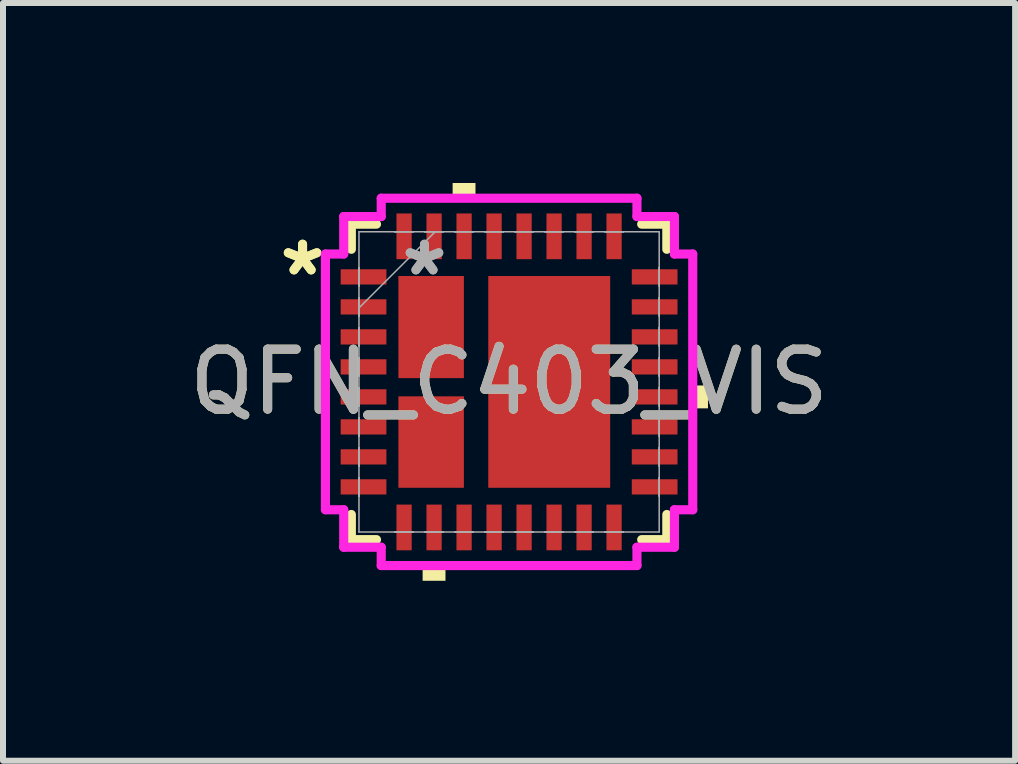
<source format=kicad_pcb>
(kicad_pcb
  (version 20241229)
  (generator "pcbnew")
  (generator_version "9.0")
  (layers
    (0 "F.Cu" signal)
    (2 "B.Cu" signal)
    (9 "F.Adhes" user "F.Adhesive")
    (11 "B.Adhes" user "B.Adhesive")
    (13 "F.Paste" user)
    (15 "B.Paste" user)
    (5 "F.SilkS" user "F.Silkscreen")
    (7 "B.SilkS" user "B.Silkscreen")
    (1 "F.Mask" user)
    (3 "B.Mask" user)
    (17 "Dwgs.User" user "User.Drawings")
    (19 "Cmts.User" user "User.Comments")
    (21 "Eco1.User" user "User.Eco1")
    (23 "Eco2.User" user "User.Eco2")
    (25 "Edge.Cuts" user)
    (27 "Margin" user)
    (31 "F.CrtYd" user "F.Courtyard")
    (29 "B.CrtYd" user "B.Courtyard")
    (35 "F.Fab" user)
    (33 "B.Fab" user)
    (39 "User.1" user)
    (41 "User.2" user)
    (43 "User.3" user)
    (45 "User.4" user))
  (footprint "QFN_C403_VIS"
    (layer "F.Cu")
    (at 5.435 3.315)
    (property "Reference" "QFN_C403_VIS" (at 0 0 0) (unlocked yes) (layer "F.SilkS") (effects (font (size 1 1) (thickness 0.15))))
    (attr smd)
    (fp_line (start -2.629 -2.629) (end -2.629 -2.21) (stroke (width 0.152) (type solid)) (layer "F.SilkS"))
    (fp_line (start -2.629 2.21) (end -2.629 2.629) (stroke (width 0.152) (type solid)) (layer "F.SilkS"))
    (fp_line (start -2.629 2.629) (end -2.21 2.629) (stroke (width 0.152) (type solid)) (layer "F.SilkS"))
    (fp_line (start -2.21 -2.629) (end -2.629 -2.629) (stroke (width 0.152) (type solid)) (layer "F.SilkS"))
    (fp_line (start 2.21 2.629) (end 2.629 2.629) (stroke (width 0.152) (type solid)) (layer "F.SilkS"))
    (fp_line (start 2.629 -2.629) (end 2.21 -2.629) (stroke (width 0.152) (type solid)) (layer "F.SilkS"))
    (fp_line (start 2.629 -2.21) (end 2.629 -2.629) (stroke (width 0.152) (type solid)) (layer "F.SilkS"))
    (fp_line (start 2.629 2.629) (end 2.629 2.21) (stroke (width 0.152) (type solid)) (layer "F.SilkS"))
    (fp_poly (pts (xy -1.441 3.061) (xy -1.441 3.315) (xy -1.06 3.315) (xy -1.06 3.061)) (stroke (width 0) (type solid)) (fill yes) (layer "F.SilkS"))
    (fp_poly (pts (xy -0.941 -3.061) (xy -0.941 -3.315) (xy -0.56 -3.315) (xy -0.56 -3.061)) (stroke (width 0) (type solid)) (fill yes) (layer "F.SilkS"))
    (fp_poly (pts (xy 3.315 0.06) (xy 3.315 0.441) (xy 3.061 0.441) (xy 3.061 0.06)) (stroke (width 0) (type solid)) (fill yes) (layer "F.SilkS"))
    (fp_line (start -3.061 -2.131) (end -2.756 -2.131) (stroke (width 0.152) (type solid)) (layer "F.CrtYd"))
    (fp_line (start -3.061 2.131) (end -3.061 -2.131) (stroke (width 0.152) (type solid)) (layer "F.CrtYd"))
    (fp_line (start -2.756 -2.756) (end -2.131 -2.756) (stroke (width 0.152) (type solid)) (layer "F.CrtYd"))
    (fp_line (start -2.756 -2.131) (end -2.756 -2.756) (stroke (width 0.152) (type solid)) (layer "F.CrtYd"))
    (fp_line (start -2.756 2.131) (end -3.061 2.131) (stroke (width 0.152) (type solid)) (layer "F.CrtYd"))
    (fp_line (start -2.756 2.756) (end -2.756 2.131) (stroke (width 0.152) (type solid)) (layer "F.CrtYd"))
    (fp_line (start -2.131 -3.061) (end 2.131 -3.061) (stroke (width 0.152) (type solid)) (layer "F.CrtYd"))
    (fp_line (start -2.131 -2.756) (end -2.131 -3.061) (stroke (width 0.152) (type solid)) (layer "F.CrtYd"))
    (fp_line (start -2.131 2.756) (end -2.756 2.756) (stroke (width 0.152) (type solid)) (layer "F.CrtYd"))
    (fp_line (start -2.131 3.061) (end -2.131 2.756) (stroke (width 0.152) (type solid)) (layer "F.CrtYd"))
    (fp_line (start 2.131 -3.061) (end 2.131 -2.756) (stroke (width 0.152) (type solid)) (layer "F.CrtYd"))
    (fp_line (start 2.131 -2.756) (end 2.756 -2.756) (stroke (width 0.152) (type solid)) (layer "F.CrtYd"))
    (fp_line (start 2.131 2.756) (end 2.131 3.061) (stroke (width 0.152) (type solid)) (layer "F.CrtYd"))
    (fp_line (start 2.131 3.061) (end -2.131 3.061) (stroke (width 0.152) (type solid)) (layer "F.CrtYd"))
    (fp_line (start 2.756 -2.756) (end 2.756 -2.131) (stroke (width 0.152) (type solid)) (layer "F.CrtYd"))
    (fp_line (start 2.756 -2.131) (end 3.061 -2.131) (stroke (width 0.152) (type solid)) (layer "F.CrtYd"))
    (fp_line (start 2.756 2.131) (end 2.756 2.756) (stroke (width 0.152) (type solid)) (layer "F.CrtYd"))
    (fp_line (start 2.756 2.756) (end 2.131 2.756) (stroke (width 0.152) (type solid)) (layer "F.CrtYd"))
    (fp_line (start 3.061 -2.131) (end 3.061 2.131) (stroke (width 0.152) (type solid)) (layer "F.CrtYd"))
    (fp_line (start 3.061 2.131) (end 2.756 2.131) (stroke (width 0.152) (type solid)) (layer "F.CrtYd"))
    (fp_line (start -2.502 -2.502) (end -2.502 2.502) (stroke (width 0.025) (type solid)) (layer "F.Fab"))
    (fp_line (start -2.502 -1.903) (end -2.502 -1.903) (stroke (width 0.025) (type solid)) (layer "F.Fab"))
    (fp_line (start -2.502 -1.903) (end -2.502 -1.598) (stroke (width 0.025) (type solid)) (layer "F.Fab"))
    (fp_line (start -2.502 -1.598) (end -2.502 -1.903) (stroke (width 0.025) (type solid)) (layer "F.Fab"))
    (fp_line (start -2.502 -1.598) (end -2.502 -1.598) (stroke (width 0.025) (type solid)) (layer "F.Fab"))
    (fp_line (start -2.502 -1.403) (end -2.502 -1.403) (stroke (width 0.025) (type solid)) (layer "F.Fab"))
    (fp_line (start -2.502 -1.403) (end -2.502 -1.098) (stroke (width 0.025) (type solid)) (layer "F.Fab"))
    (fp_line (start -2.502 -1.232) (end -1.232 -2.502) (stroke (width 0.025) (type solid)) (layer "F.Fab"))
    (fp_line (start -2.502 -1.098) (end -2.502 -1.403) (stroke (width 0.025) (type solid)) (layer "F.Fab"))
    (fp_line (start -2.502 -1.098) (end -2.502 -1.098) (stroke (width 0.025) (type solid)) (layer "F.Fab"))
    (fp_line (start -2.502 -0.903) (end -2.502 -0.903) (stroke (width 0.025) (type solid)) (layer "F.Fab"))
    (fp_line (start -2.502 -0.903) (end -2.502 -0.598) (stroke (width 0.025) (type solid)) (layer "F.Fab"))
    (fp_line (start -2.502 -0.598) (end -2.502 -0.903) (stroke (width 0.025) (type solid)) (layer "F.Fab"))
    (fp_line (start -2.502 -0.598) (end -2.502 -0.598) (stroke (width 0.025) (type solid)) (layer "F.Fab"))
    (fp_line (start -2.502 -0.402) (end -2.502 -0.402) (stroke (width 0.025) (type solid)) (layer "F.Fab"))
    (fp_line (start -2.502 -0.402) (end -2.502 -0.098) (stroke (width 0.025) (type solid)) (layer "F.Fab"))
    (fp_line (start -2.502 -0.098) (end -2.502 -0.402) (stroke (width 0.025) (type solid)) (layer "F.Fab"))
    (fp_line (start -2.502 -0.098) (end -2.502 -0.098) (stroke (width 0.025) (type solid)) (layer "F.Fab"))
    (fp_line (start -2.502 0.098) (end -2.502 0.098) (stroke (width 0.025) (type solid)) (layer "F.Fab"))
    (fp_line (start -2.502 0.098) (end -2.502 0.402) (stroke (width 0.025) (type solid)) (layer "F.Fab"))
    (fp_line (start -2.502 0.402) (end -2.502 0.098) (stroke (width 0.025) (type solid)) (layer "F.Fab"))
    (fp_line (start -2.502 0.402) (end -2.502 0.402) (stroke (width 0.025) (type solid)) (layer "F.Fab"))
    (fp_line (start -2.502 0.598) (end -2.502 0.598) (stroke (width 0.025) (type solid)) (layer "F.Fab"))
    (fp_line (start -2.502 0.598) (end -2.502 0.903) (stroke (width 0.025) (type solid)) (layer "F.Fab"))
    (fp_line (start -2.502 0.903) (end -2.502 0.598) (stroke (width 0.025) (type solid)) (layer "F.Fab"))
    (fp_line (start -2.502 0.903) (end -2.502 0.903) (stroke (width 0.025) (type solid)) (layer "F.Fab"))
    (fp_line (start -2.502 1.098) (end -2.502 1.098) (stroke (width 0.025) (type solid)) (layer "F.Fab"))
    (fp_line (start -2.502 1.098) (end -2.502 1.403) (stroke (width 0.025) (type solid)) (layer "F.Fab"))
    (fp_line (start -2.502 1.403) (end -2.502 1.098) (stroke (width 0.025) (type solid)) (layer "F.Fab"))
    (fp_line (start -2.502 1.403) (end -2.502 1.403) (stroke (width 0.025) (type solid)) (layer "F.Fab"))
    (fp_line (start -2.502 1.598) (end -2.502 1.598) (stroke (width 0.025) (type solid)) (layer "F.Fab"))
    (fp_line (start -2.502 1.598) (end -2.502 1.903) (stroke (width 0.025) (type solid)) (layer "F.Fab"))
    (fp_line (start -2.502 1.903) (end -2.502 1.598) (stroke (width 0.025) (type solid)) (layer "F.Fab"))
    (fp_line (start -2.502 1.903) (end -2.502 1.903) (stroke (width 0.025) (type solid)) (layer "F.Fab"))
    (fp_line (start -2.502 2.502) (end 2.502 2.502) (stroke (width 0.025) (type solid)) (layer "F.Fab"))
    (fp_line (start -1.903 -2.502) (end -1.903 -2.502) (stroke (width 0.025) (type solid)) (layer "F.Fab"))
    (fp_line (start -1.903 -2.502) (end -1.598 -2.502) (stroke (width 0.025) (type solid)) (layer "F.Fab"))
    (fp_line (start -1.903 2.502) (end -1.903 2.502) (stroke (width 0.025) (type solid)) (layer "F.Fab"))
    (fp_line (start -1.903 2.502) (end -1.598 2.502) (stroke (width 0.025) (type solid)) (layer "F.Fab"))
    (fp_line (start -1.598 -2.502) (end -1.903 -2.502) (stroke (width 0.025) (type solid)) (layer "F.Fab"))
    (fp_line (start -1.598 -2.502) (end -1.598 -2.502) (stroke (width 0.025) (type solid)) (layer "F.Fab"))
    (fp_line (start -1.598 2.502) (end -1.903 2.502) (stroke (width 0.025) (type solid)) (layer "F.Fab"))
    (fp_line (start -1.598 2.502) (end -1.598 2.502) (stroke (width 0.025) (type solid)) (layer "F.Fab"))
    (fp_line (start -1.403 -2.502) (end -1.403 -2.502) (stroke (width 0.025) (type solid)) (layer "F.Fab"))
    (fp_line (start -1.403 -2.502) (end -1.098 -2.502) (stroke (width 0.025) (type solid)) (layer "F.Fab"))
    (fp_line (start -1.403 2.502) (end -1.403 2.502) (stroke (width 0.025) (type solid)) (layer "F.Fab"))
    (fp_line (start -1.403 2.502) (end -1.098 2.502) (stroke (width 0.025) (type solid)) (layer "F.Fab"))
    (fp_line (start -1.098 -2.502) (end -1.403 -2.502) (stroke (width 0.025) (type solid)) (layer "F.Fab"))
    (fp_line (start -1.098 -2.502) (end -1.098 -2.502) (stroke (width 0.025) (type solid)) (layer "F.Fab"))
    (fp_line (start -1.098 2.502) (end -1.403 2.502) (stroke (width 0.025) (type solid)) (layer "F.Fab"))
    (fp_line (start -1.098 2.502) (end -1.098 2.502) (stroke (width 0.025) (type solid)) (layer "F.Fab"))
    (fp_line (start -0.903 -2.502) (end -0.903 -2.502) (stroke (width 0.025) (type solid)) (layer "F.Fab"))
    (fp_line (start -0.903 -2.502) (end -0.598 -2.502) (stroke (width 0.025) (type solid)) (layer "F.Fab"))
    (fp_line (start -0.903 2.502) (end -0.903 2.502) (stroke (width 0.025) (type solid)) (layer "F.Fab"))
    (fp_line (start -0.903 2.502) (end -0.598 2.502) (stroke (width 0.025) (type solid)) (layer "F.Fab"))
    (fp_line (start -0.598 -2.502) (end -0.903 -2.502) (stroke (width 0.025) (type solid)) (layer "F.Fab"))
    (fp_line (start -0.598 -2.502) (end -0.598 -2.502) (stroke (width 0.025) (type solid)) (layer "F.Fab"))
    (fp_line (start -0.598 2.502) (end -0.903 2.502) (stroke (width 0.025) (type solid)) (layer "F.Fab"))
    (fp_line (start -0.598 2.502) (end -0.598 2.502) (stroke (width 0.025) (type solid)) (layer "F.Fab"))
    (fp_line (start -0.402 -2.502) (end -0.402 -2.502) (stroke (width 0.025) (type solid)) (layer "F.Fab"))
    (fp_line (start -0.402 -2.502) (end -0.098 -2.502) (stroke (width 0.025) (type solid)) (layer "F.Fab"))
    (fp_line (start -0.402 2.502) (end -0.402 2.502) (stroke (width 0.025) (type solid)) (layer "F.Fab"))
    (fp_line (start -0.402 2.502) (end -0.098 2.502) (stroke (width 0.025) (type solid)) (layer "F.Fab"))
    (fp_line (start -0.098 -2.502) (end -0.402 -2.502) (stroke (width 0.025) (type solid)) (layer "F.Fab"))
    (fp_line (start -0.098 -2.502) (end -0.098 -2.502) (stroke (width 0.025) (type solid)) (layer "F.Fab"))
    (fp_line (start -0.098 2.502) (end -0.402 2.502) (stroke (width 0.025) (type solid)) (layer "F.Fab"))
    (fp_line (start -0.098 2.502) (end -0.098 2.502) (stroke (width 0.025) (type solid)) (layer "F.Fab"))
    (fp_line (start 0.098 -2.502) (end 0.098 -2.502) (stroke (width 0.025) (type solid)) (layer "F.Fab"))
    (fp_line (start 0.098 -2.502) (end 0.402 -2.502) (stroke (width 0.025) (type solid)) (layer "F.Fab"))
    (fp_line (start 0.098 2.502) (end 0.098 2.502) (stroke (width 0.025) (type solid)) (layer "F.Fab"))
    (fp_line (start 0.098 2.502) (end 0.402 2.502) (stroke (width 0.025) (type solid)) (layer "F.Fab"))
    (fp_line (start 0.402 -2.502) (end 0.098 -2.502) (stroke (width 0.025) (type solid)) (layer "F.Fab"))
    (fp_line (start 0.402 -2.502) (end 0.402 -2.502) (stroke (width 0.025) (type solid)) (layer "F.Fab"))
    (fp_line (start 0.402 2.502) (end 0.098 2.502) (stroke (width 0.025) (type solid)) (layer "F.Fab"))
    (fp_line (start 0.402 2.502) (end 0.402 2.502) (stroke (width 0.025) (type solid)) (layer "F.Fab"))
    (fp_line (start 0.598 -2.502) (end 0.598 -2.502) (stroke (width 0.025) (type solid)) (layer "F.Fab"))
    (fp_line (start 0.598 -2.502) (end 0.903 -2.502) (stroke (width 0.025) (type solid)) (layer "F.Fab"))
    (fp_line (start 0.598 2.502) (end 0.598 2.502) (stroke (width 0.025) (type solid)) (layer "F.Fab"))
    (fp_line (start 0.598 2.502) (end 0.903 2.502) (stroke (width 0.025) (type solid)) (layer "F.Fab"))
    (fp_line (start 0.903 -2.502) (end 0.598 -2.502) (stroke (width 0.025) (type solid)) (layer "F.Fab"))
    (fp_line (start 0.903 -2.502) (end 0.903 -2.502) (stroke (width 0.025) (type solid)) (layer "F.Fab"))
    (fp_line (start 0.903 2.502) (end 0.598 2.502) (stroke (width 0.025) (type solid)) (layer "F.Fab"))
    (fp_line (start 0.903 2.502) (end 0.903 2.502) (stroke (width 0.025) (type solid)) (layer "F.Fab"))
    (fp_line (start 1.098 -2.502) (end 1.098 -2.502) (stroke (width 0.025) (type solid)) (layer "F.Fab"))
    (fp_line (start 1.098 -2.502) (end 1.403 -2.502) (stroke (width 0.025) (type solid)) (layer "F.Fab"))
    (fp_line (start 1.098 2.502) (end 1.098 2.502) (stroke (width 0.025) (type solid)) (layer "F.Fab"))
    (fp_line (start 1.098 2.502) (end 1.403 2.502) (stroke (width 0.025) (type solid)) (layer "F.Fab"))
    (fp_line (start 1.403 -2.502) (end 1.098 -2.502) (stroke (width 0.025) (type solid)) (layer "F.Fab"))
    (fp_line (start 1.403 -2.502) (end 1.403 -2.502) (stroke (width 0.025) (type solid)) (layer "F.Fab"))
    (fp_line (start 1.403 2.502) (end 1.098 2.502) (stroke (width 0.025) (type solid)) (layer "F.Fab"))
    (fp_line (start 1.403 2.502) (end 1.403 2.502) (stroke (width 0.025) (type solid)) (layer "F.Fab"))
    (fp_line (start 1.598 -2.502) (end 1.598 -2.502) (stroke (width 0.025) (type solid)) (layer "F.Fab"))
    (fp_line (start 1.598 -2.502) (end 1.903 -2.502) (stroke (width 0.025) (type solid)) (layer "F.Fab"))
    (fp_line (start 1.598 2.502) (end 1.598 2.502) (stroke (width 0.025) (type solid)) (layer "F.Fab"))
    (fp_line (start 1.598 2.502) (end 1.903 2.502) (stroke (width 0.025) (type solid)) (layer "F.Fab"))
    (fp_line (start 1.903 -2.502) (end 1.598 -2.502) (stroke (width 0.025) (type solid)) (layer "F.Fab"))
    (fp_line (start 1.903 -2.502) (end 1.903 -2.502) (stroke (width 0.025) (type solid)) (layer "F.Fab"))
    (fp_line (start 1.903 2.502) (end 1.598 2.502) (stroke (width 0.025) (type solid)) (layer "F.Fab"))
    (fp_line (start 1.903 2.502) (end 1.903 2.502) (stroke (width 0.025) (type solid)) (layer "F.Fab"))
    (fp_line (start 2.502 -2.502) (end -2.502 -2.502) (stroke (width 0.025) (type solid)) (layer "F.Fab"))
    (fp_line (start 2.502 -1.903) (end 2.502 -1.903) (stroke (width 0.025) (type solid)) (layer "F.Fab"))
    (fp_line (start 2.502 -1.903) (end 2.502 -1.598) (stroke (width 0.025) (type solid)) (layer "F.Fab"))
    (fp_line (start 2.502 -1.598) (end 2.502 -1.903) (stroke (width 0.025) (type solid)) (layer "F.Fab"))
    (fp_line (start 2.502 -1.598) (end 2.502 -1.598) (stroke (width 0.025) (type solid)) (layer "F.Fab"))
    (fp_line (start 2.502 -1.403) (end 2.502 -1.403) (stroke (width 0.025) (type solid)) (layer "F.Fab"))
    (fp_line (start 2.502 -1.403) (end 2.502 -1.098) (stroke (width 0.025) (type solid)) (layer "F.Fab"))
    (fp_line (start 2.502 -1.098) (end 2.502 -1.403) (stroke (width 0.025) (type solid)) (layer "F.Fab"))
    (fp_line (start 2.502 -1.098) (end 2.502 -1.098) (stroke (width 0.025) (type solid)) (layer "F.Fab"))
    (fp_line (start 2.502 -0.903) (end 2.502 -0.903) (stroke (width 0.025) (type solid)) (layer "F.Fab"))
    (fp_line (start 2.502 -0.903) (end 2.502 -0.598) (stroke (width 0.025) (type solid)) (layer "F.Fab"))
    (fp_line (start 2.502 -0.598) (end 2.502 -0.903) (stroke (width 0.025) (type solid)) (layer "F.Fab"))
    (fp_line (start 2.502 -0.598) (end 2.502 -0.598) (stroke (width 0.025) (type solid)) (layer "F.Fab"))
    (fp_line (start 2.502 -0.402) (end 2.502 -0.402) (stroke (width 0.025) (type solid)) (layer "F.Fab"))
    (fp_line (start 2.502 -0.402) (end 2.502 -0.098) (stroke (width 0.025) (type solid)) (layer "F.Fab"))
    (fp_line (start 2.502 -0.098) (end 2.502 -0.402) (stroke (width 0.025) (type solid)) (layer "F.Fab"))
    (fp_line (start 2.502 -0.098) (end 2.502 -0.098) (stroke (width 0.025) (type solid)) (layer "F.Fab"))
    (fp_line (start 2.502 0.098) (end 2.502 0.098) (stroke (width 0.025) (type solid)) (layer "F.Fab"))
    (fp_line (start 2.502 0.098) (end 2.502 0.402) (stroke (width 0.025) (type solid)) (layer "F.Fab"))
    (fp_line (start 2.502 0.402) (end 2.502 0.098) (stroke (width 0.025) (type solid)) (layer "F.Fab"))
    (fp_line (start 2.502 0.402) (end 2.502 0.402) (stroke (width 0.025) (type solid)) (layer "F.Fab"))
    (fp_line (start 2.502 0.598) (end 2.502 0.598) (stroke (width 0.025) (type solid)) (layer "F.Fab"))
    (fp_line (start 2.502 0.598) (end 2.502 0.903) (stroke (width 0.025) (type solid)) (layer "F.Fab"))
    (fp_line (start 2.502 0.903) (end 2.502 0.598) (stroke (width 0.025) (type solid)) (layer "F.Fab"))
    (fp_line (start 2.502 0.903) (end 2.502 0.903) (stroke (width 0.025) (type solid)) (layer "F.Fab"))
    (fp_line (start 2.502 1.098) (end 2.502 1.098) (stroke (width 0.025) (type solid)) (layer "F.Fab"))
    (fp_line (start 2.502 1.098) (end 2.502 1.403) (stroke (width 0.025) (type solid)) (layer "F.Fab"))
    (fp_line (start 2.502 1.403) (end 2.502 1.098) (stroke (width 0.025) (type solid)) (layer "F.Fab"))
    (fp_line (start 2.502 1.403) (end 2.502 1.403) (stroke (width 0.025) (type solid)) (layer "F.Fab"))
    (fp_line (start 2.502 1.598) (end 2.502 1.598) (stroke (width 0.025) (type solid)) (layer "F.Fab"))
    (fp_line (start 2.502 1.598) (end 2.502 1.903) (stroke (width 0.025) (type solid)) (layer "F.Fab"))
    (fp_line (start 2.502 1.903) (end 2.502 1.598) (stroke (width 0.025) (type solid)) (layer "F.Fab"))
    (fp_line (start 2.502 1.903) (end 2.502 1.903) (stroke (width 0.025) (type solid)) (layer "F.Fab"))
    (fp_line (start 2.502 2.502) (end 2.502 -2.502) (stroke (width 0.025) (type solid)) (layer "F.Fab"))
    (fp_text user "*" (at -3.442 -1.75 0) (layer "F.SilkS") (effects (font (size 1 1) (thickness 0.15))))
    (fp_text user "*" (at -3.442 -1.75 0) (unlocked yes) (layer "F.SilkS") (effects (font (size 1 1) (thickness 0.15))))
    (fp_text user "${REFERENCE}" (at 0 0 0) (unlocked yes) (layer "F.Fab") (effects (font (size 1 1) (thickness 0.15))))
    (fp_text user "*" (at -1.41 -1.75 0) (unlocked yes) (layer "F.Fab") (effects (font (size 1 1) (thickness 0.15))))
    (fp_text user "*" (at -1.41 -1.75 0) (layer "F.Fab") (effects (font (size 1 1) (thickness 0.15))))
    (pad "1" smd rect (at -2.426 -1.75 90) (size 0.254 0.762) (layers "F.Cu" "F.Mask" "F.Paste"))
    (pad "2" smd rect (at -2.426 -1.25 90) (size 0.254 0.762) (layers "F.Cu" "F.Mask" "F.Paste"))
    (pad "3" smd rect (at -2.426 -0.75 90) (size 0.254 0.762) (layers "F.Cu" "F.Mask" "F.Paste"))
    (pad "4" smd rect (at -2.426 -0.25 90) (size 0.254 0.762) (layers "F.Cu" "F.Mask" "F.Paste"))
    (pad "5" smd rect (at -2.426 0.25 90) (size 0.254 0.762) (layers "F.Cu" "F.Mask" "F.Paste"))
    (pad "6" smd rect (at -2.426 0.75 90) (size 0.254 0.762) (layers "F.Cu" "F.Mask" "F.Paste"))
    (pad "7" smd rect (at -2.426 1.25 90) (size 0.254 0.762) (layers "F.Cu" "F.Mask" "F.Paste"))
    (pad "8" smd rect (at -2.426 1.75 90) (size 0.254 0.762) (layers "F.Cu" "F.Mask" "F.Paste"))
    (pad "9" smd rect (at -1.75 2.426) (size 0.254 0.762) (layers "F.Cu" "F.Mask" "F.Paste"))
    (pad "10" smd rect (at -1.25 2.426) (size 0.254 0.762) (layers "F.Cu" "F.Mask" "F.Paste"))
    (pad "11" smd rect (at -0.75 2.426) (size 0.254 0.762) (layers "F.Cu" "F.Mask" "F.Paste"))
    (pad "12" smd rect (at -0.25 2.426) (size 0.254 0.762) (layers "F.Cu" "F.Mask" "F.Paste"))
    (pad "13" smd rect (at 0.25 2.426) (size 0.254 0.762) (layers "F.Cu" "F.Mask" "F.Paste"))
    (pad "14" smd rect (at 0.75 2.426) (size 0.254 0.762) (layers "F.Cu" "F.Mask" "F.Paste"))
    (pad "15" smd rect (at 1.25 2.426) (size 0.254 0.762) (layers "F.Cu" "F.Mask" "F.Paste"))
    (pad "16" smd rect (at 1.75 2.426) (size 0.254 0.762) (layers "F.Cu" "F.Mask" "F.Paste"))
    (pad "17" smd rect (at 2.426 1.75 90) (size 0.254 0.762) (layers "F.Cu" "F.Mask" "F.Paste"))
    (pad "18" smd rect (at 2.426 1.25 90) (size 0.254 0.762) (layers "F.Cu" "F.Mask" "F.Paste"))
    (pad "19" smd rect (at 2.426 0.75 90) (size 0.254 0.762) (layers "F.Cu" "F.Mask" "F.Paste"))
    (pad "20" smd rect (at 2.426 0.25 90) (size 0.254 0.762) (layers "F.Cu" "F.Mask" "F.Paste"))
    (pad "21" smd rect (at 2.426 -0.25 90) (size 0.254 0.762) (layers "F.Cu" "F.Mask" "F.Paste"))
    (pad "22" smd rect (at 2.426 -0.75 90) (size 0.254 0.762) (layers "F.Cu" "F.Mask" "F.Paste"))
    (pad "23" smd rect (at 2.426 -1.25 90) (size 0.254 0.762) (layers "F.Cu" "F.Mask" "F.Paste"))
    (pad "24" smd rect (at 2.426 -1.75 90) (size 0.254 0.762) (layers "F.Cu" "F.Mask" "F.Paste"))
    (pad "25" smd rect (at 1.75 -2.426) (size 0.254 0.762) (layers "F.Cu" "F.Mask" "F.Paste"))
    (pad "26" smd rect (at 1.25 -2.426) (size 0.254 0.762) (layers "F.Cu" "F.Mask" "F.Paste"))
    (pad "27" smd rect (at 0.75 -2.426) (size 0.254 0.762) (layers "F.Cu" "F.Mask" "F.Paste"))
    (pad "28" smd rect (at 0.25 -2.426) (size 0.254 0.762) (layers "F.Cu" "F.Mask" "F.Paste"))
    (pad "29" smd rect (at -0.25 -2.426) (size 0.254 0.762) (layers "F.Cu" "F.Mask" "F.Paste"))
    (pad "30" smd rect (at -0.75 -2.426) (size 0.254 0.762) (layers "F.Cu" "F.Mask" "F.Paste"))
    (pad "31" smd rect (at -1.25 -2.426) (size 0.254 0.762) (layers "F.Cu" "F.Mask" "F.Paste"))
    (pad "32" smd rect (at -1.75 -2.426) (size 0.254 0.762) (layers "F.Cu" "F.Mask" "F.Paste"))
    (pad "33" smd rect (at -1.299 -0.914) (size 1.092 1.702) (layers "F.Cu" "F.Mask" "F.Paste"))
    (pad "34" smd rect (at -1.299 1.003) (size 1.092 1.524) (layers "F.Cu" "F.Mask" "F.Paste"))
    (pad "35" smd rect (at 0.669 0) (size 2.032 3.53) (layers "F.Cu" "F.Mask" "F.Paste")))
  (gr_rect
    (start -3 -3)
    (end 13.869 9.629)
    (stroke (width 0.1) (type default))
    (fill no)
    (layer "Edge.Cuts")))
</source>
